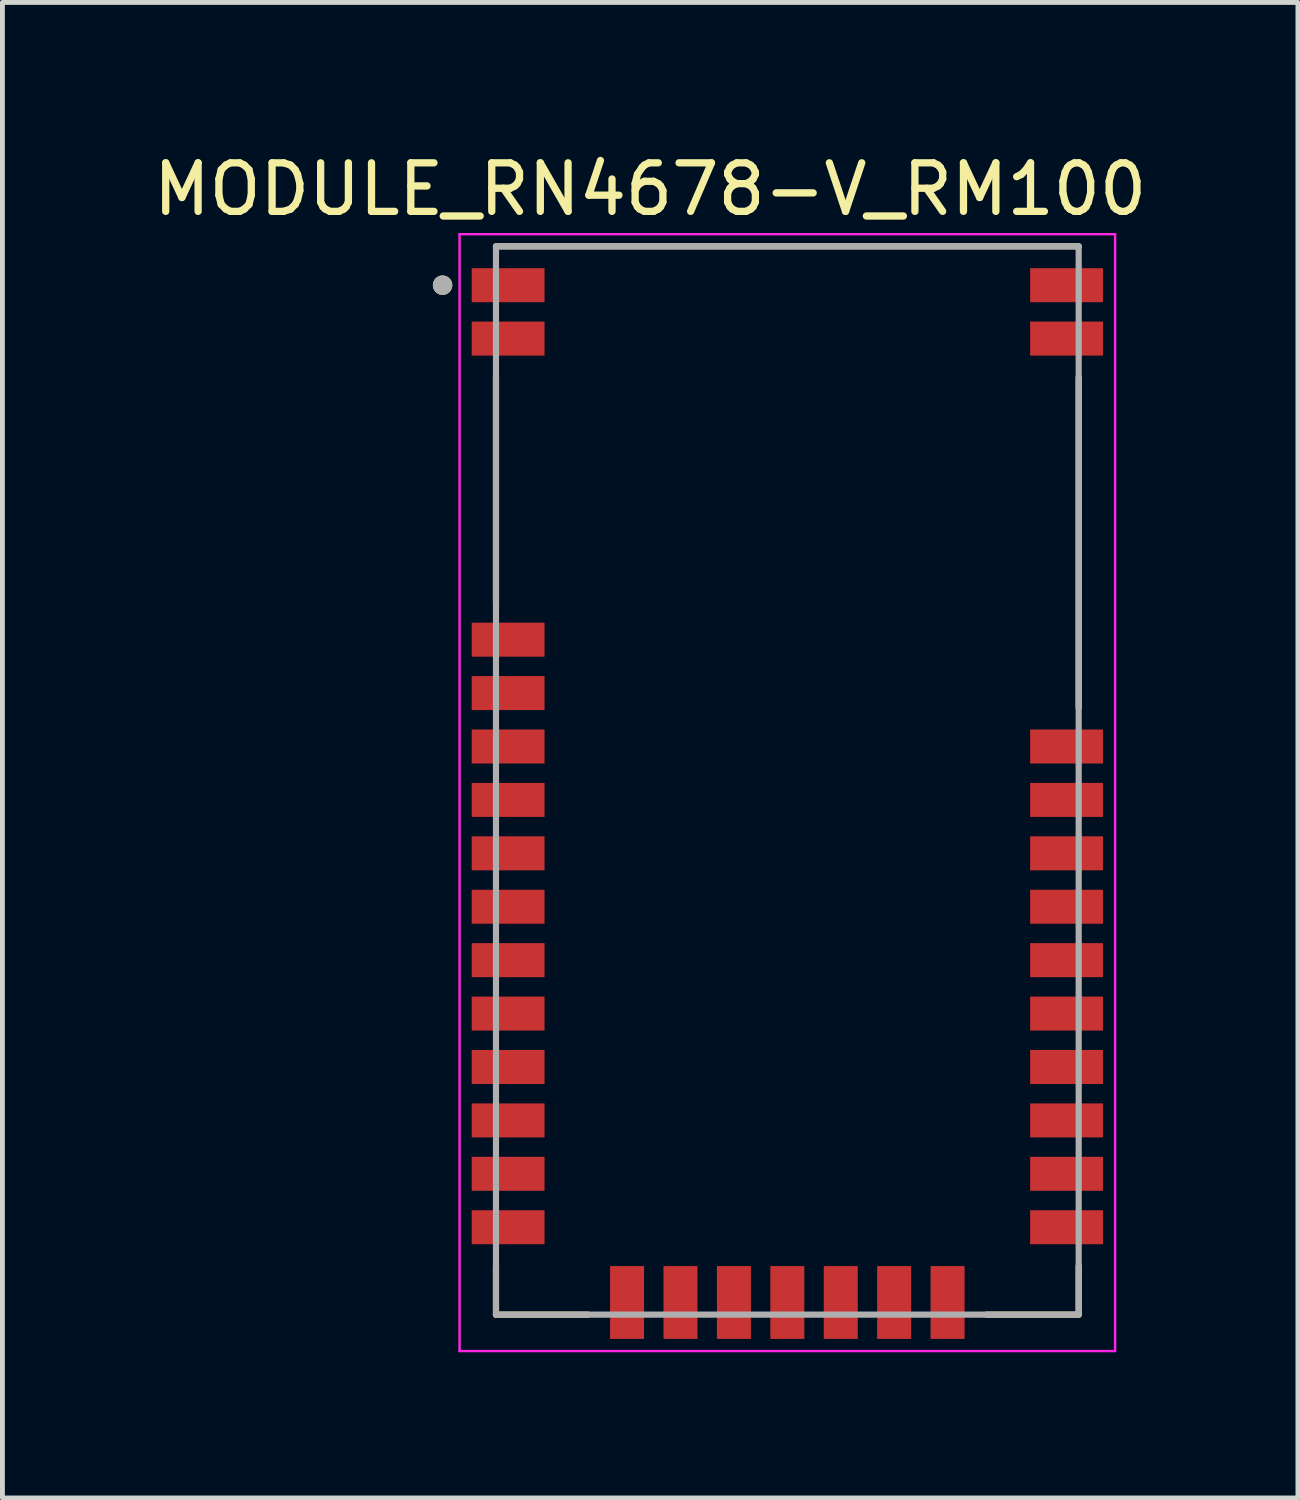
<source format=kicad_pcb>
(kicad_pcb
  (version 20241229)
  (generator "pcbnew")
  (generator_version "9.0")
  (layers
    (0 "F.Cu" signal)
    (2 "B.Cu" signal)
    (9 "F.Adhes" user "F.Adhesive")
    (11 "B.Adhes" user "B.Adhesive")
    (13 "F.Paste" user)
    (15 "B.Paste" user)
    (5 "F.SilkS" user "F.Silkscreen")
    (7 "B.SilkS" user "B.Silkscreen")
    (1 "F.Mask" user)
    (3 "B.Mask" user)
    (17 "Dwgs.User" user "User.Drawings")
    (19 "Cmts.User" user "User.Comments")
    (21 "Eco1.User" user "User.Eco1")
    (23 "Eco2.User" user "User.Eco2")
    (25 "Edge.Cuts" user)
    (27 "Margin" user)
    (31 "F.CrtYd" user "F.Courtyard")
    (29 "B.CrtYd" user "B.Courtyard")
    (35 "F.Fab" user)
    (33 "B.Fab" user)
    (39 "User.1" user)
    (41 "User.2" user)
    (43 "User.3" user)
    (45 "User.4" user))
  (footprint "MODULE_RN4678-V_RM100"
    (layer "F.Cu")
    (at 13.164 13.023)
    (property "Reference" "MODULE_RN4678-V_RM100" (at -2.825 -12.175 0) (layer "F.SilkS") (effects (font (size 1 1) (thickness 0.15))))
    (attr smd)
    (fp_line (start -6 -11) (end 6 -11) (stroke (width 0.127) (type solid)) (layer "F.SilkS"))
    (fp_line (start -6 -8.3) (end -6 -3.7) (stroke (width 0.127) (type solid)) (layer "F.SilkS"))
    (fp_line (start -6 10) (end -6 11) (stroke (width 0.127) (type solid)) (layer "F.SilkS"))
    (fp_line (start -6 11) (end -4.1 11) (stroke (width 0.127) (type solid)) (layer "F.SilkS"))
    (fp_line (start 4.1 11) (end 6 11) (stroke (width 0.127) (type solid)) (layer "F.SilkS"))
    (fp_line (start 6 -8.3) (end 6 -1.5) (stroke (width 0.127) (type solid)) (layer "F.SilkS"))
    (fp_line (start 6 11) (end 6 10) (stroke (width 0.127) (type solid)) (layer "F.SilkS"))
    (fp_circle (center -7.1 -10.2) (end -7 -10.2) (stroke (width 0.2) (type solid)) (fill no) (layer "F.SilkS"))
    (fp_line (start -6.75 -11.25) (end 6.75 -11.25) (stroke (width 0.05) (type solid)) (layer "F.CrtYd"))
    (fp_line (start -6.75 11.75) (end -6.75 -11.25) (stroke (width 0.05) (type solid)) (layer "F.CrtYd"))
    (fp_line (start 6.75 -11.25) (end 6.75 11.75) (stroke (width 0.05) (type solid)) (layer "F.CrtYd"))
    (fp_line (start 6.75 11.75) (end -6.75 11.75) (stroke (width 0.05) (type solid)) (layer "F.CrtYd"))
    (fp_line (start -6 -11) (end 6 -11) (stroke (width 0.127) (type solid)) (layer "F.Fab"))
    (fp_line (start -6 11) (end -6 -11) (stroke (width 0.127) (type solid)) (layer "F.Fab"))
    (fp_line (start 6 -11) (end 6 11) (stroke (width 0.127) (type solid)) (layer "F.Fab"))
    (fp_line (start 6 11) (end -6 11) (stroke (width 0.127) (type solid)) (layer "F.Fab"))
    (fp_circle (center -7.1 -10.2) (end -7 -10.2) (stroke (width 0.2) (type solid)) (fill no) (layer "F.Fab"))
    (pad "1" smd rect (at -5.75 -10.2) (size 1.5 0.7) (layers "F.Cu" "F.Mask" "F.Paste"))
    (pad "2" smd rect (at -5.75 -9.1) (size 1.5 0.7) (layers "F.Cu" "F.Mask" "F.Paste"))
    (pad "3" smd rect (at -5.75 -2.9) (size 1.5 0.7) (layers "F.Cu" "F.Mask" "F.Paste"))
    (pad "4" smd rect (at -5.75 -1.8) (size 1.5 0.7) (layers "F.Cu" "F.Mask" "F.Paste"))
    (pad "5" smd rect (at -5.75 -0.7) (size 1.5 0.7) (layers "F.Cu" "F.Mask" "F.Paste"))
    (pad "6" smd rect (at -5.75 0.4) (size 1.5 0.7) (layers "F.Cu" "F.Mask" "F.Paste"))
    (pad "7" smd rect (at -5.75 1.5) (size 1.5 0.7) (layers "F.Cu" "F.Mask" "F.Paste"))
    (pad "8" smd rect (at -5.75 2.6) (size 1.5 0.7) (layers "F.Cu" "F.Mask" "F.Paste"))
    (pad "9" smd rect (at -5.75 3.7) (size 1.5 0.7) (layers "F.Cu" "F.Mask" "F.Paste"))
    (pad "10" smd rect (at -5.75 4.8) (size 1.5 0.7) (layers "F.Cu" "F.Mask" "F.Paste"))
    (pad "11" smd rect (at -5.75 5.9) (size 1.5 0.7) (layers "F.Cu" "F.Mask" "F.Paste"))
    (pad "12" smd rect (at -5.75 7) (size 1.5 0.7) (layers "F.Cu" "F.Mask" "F.Paste"))
    (pad "13" smd rect (at -5.75 8.1) (size 1.5 0.7) (layers "F.Cu" "F.Mask" "F.Paste"))
    (pad "14" smd rect (at -5.75 9.2) (size 1.5 0.7) (layers "F.Cu" "F.Mask" "F.Paste"))
    (pad "15" smd rect (at -3.3 10.75) (size 0.7 1.5) (layers "F.Cu" "F.Mask" "F.Paste"))
    (pad "16" smd rect (at -2.2 10.75) (size 0.7 1.5) (layers "F.Cu" "F.Mask" "F.Paste"))
    (pad "17" smd rect (at -1.1 10.75) (size 0.7 1.5) (layers "F.Cu" "F.Mask" "F.Paste"))
    (pad "18" smd rect (at 0 10.75) (size 0.7 1.5) (layers "F.Cu" "F.Mask" "F.Paste"))
    (pad "19" smd rect (at 1.1 10.75) (size 0.7 1.5) (layers "F.Cu" "F.Mask" "F.Paste"))
    (pad "20" smd rect (at 2.2 10.75) (size 0.7 1.5) (layers "F.Cu" "F.Mask" "F.Paste"))
    (pad "21" smd rect (at 3.3 10.75) (size 0.7 1.5) (layers "F.Cu" "F.Mask" "F.Paste"))
    (pad "22" smd rect (at 5.75 9.2) (size 1.5 0.7) (layers "F.Cu" "F.Mask" "F.Paste"))
    (pad "23" smd rect (at 5.75 8.1) (size 1.5 0.7) (layers "F.Cu" "F.Mask" "F.Paste"))
    (pad "24" smd rect (at 5.75 7) (size 1.5 0.7) (layers "F.Cu" "F.Mask" "F.Paste"))
    (pad "25" smd rect (at 5.75 5.9) (size 1.5 0.7) (layers "F.Cu" "F.Mask" "F.Paste"))
    (pad "26" smd rect (at 5.75 4.8) (size 1.5 0.7) (layers "F.Cu" "F.Mask" "F.Paste"))
    (pad "27" smd rect (at 5.75 3.7) (size 1.5 0.7) (layers "F.Cu" "F.Mask" "F.Paste"))
    (pad "28" smd rect (at 5.75 2.6) (size 1.5 0.7) (layers "F.Cu" "F.Mask" "F.Paste"))
    (pad "29" smd rect (at 5.75 1.5) (size 1.5 0.7) (layers "F.Cu" "F.Mask" "F.Paste"))
    (pad "30" smd rect (at 5.75 0.4) (size 1.5 0.7) (layers "F.Cu" "F.Mask" "F.Paste"))
    (pad "31" smd rect (at 5.75 -0.7) (size 1.5 0.7) (layers "F.Cu" "F.Mask" "F.Paste"))
    (pad "32" smd rect (at 5.75 -9.1) (size 1.5 0.7) (layers "F.Cu" "F.Mask" "F.Paste"))
    (pad "33" smd rect (at 5.75 -10.2) (size 1.5 0.7) (layers "F.Cu" "F.Mask" "F.Paste"))
    (zone (net_name "") (layer "F.Cu") (hatch full 0.508) (connect_pads) (min_thickness 0.01) (filled_areas_thickness no) (keepout (tracks not_allowed) (vias not_allowed) (pads not_allowed) (copperpour not_allowed) (footprints allowed)) (placement (enabled no)) (fill) (polygon (pts (xy 16.064 6.023) (xy 19.164 6.023) (xy 19.164 9.123) (xy 16.064 9.123))))
    (zone (net_name "") (layers "F.Cu" "B.Cu") (hatch full 0.508) (connect_pads) (min_thickness 0.01) (filled_areas_thickness no) (keepout (tracks allowed) (vias not_allowed) (pads allowed) (copperpour allowed) (footprints allowed)) (placement (enabled no)) (fill) (polygon (pts (xy 16.064 6.023) (xy 19.164 6.023) (xy 19.164 9.123) (xy 16.064 9.123)))))
  (gr_rect
    (start -3 -3)
    (end 23.679 27.798)
    (stroke (width 0.1) (type default))
    (fill no)
    (layer "Edge.Cuts")))
</source>
